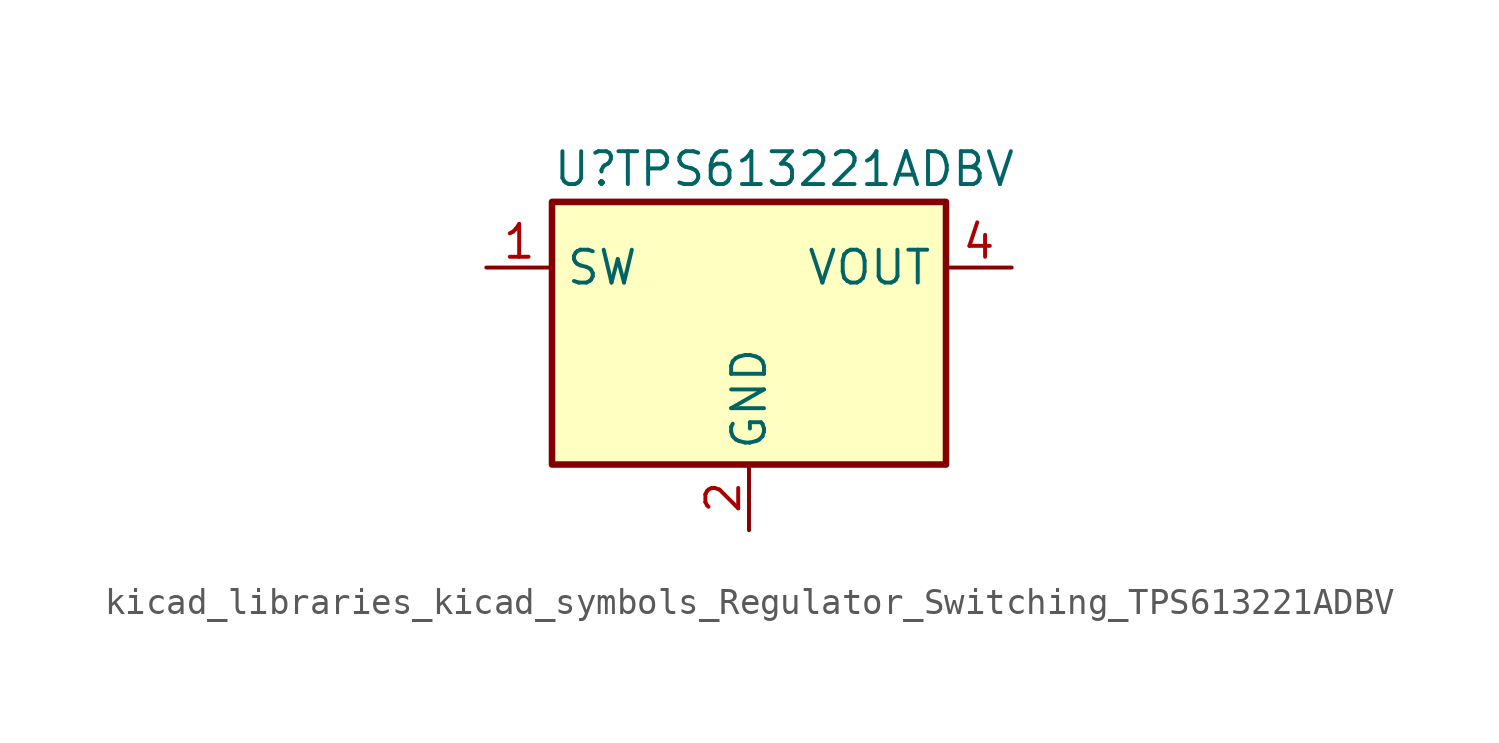
<source format=kicad_sym>
(kicad_symbol_lib
  (version 20220914)
  (generator kicad_symbol_editor)
  (symbol "kicad_libraries_kicad_symbols_Regulator_Switching_TPS613221ADBV"
    (property "Reference" "U"
      (at -7.62 6.35 0)
      (effects (font (size 1.27 1.27)) (justify left)))
    (property "Value" "TPS613221ADBV"
      (at 2.54 6.35 0)
      (effects (font (size 1.27 1.27))))
    (symbol "kicad_libraries_kicad_symbols_Regulator_Switching_TPS613221ADBV_0_1"
      (rectangle (start -7.62 5.08) (end 7.62 -5.08) (stroke (width 0.254) (type default)) (fill (type background))))
    (symbol "kicad_libraries_kicad_symbols_Regulator_Switching_TPS613221ADBV_1_1"
      (pin power_in line (at -10.16 2.54 0) (length 2.54) (name "SW" (effects (font (size 1.27 1.27)))) (number "1" (effects (font (size 1.27 1.27)))))
      (pin power_in line (at 0 -7.62 90) (length 2.54) (name "GND" (effects (font (size 1.27 1.27)))) (number "2" (effects (font (size 1.27 1.27)))))
      (pin no_connect line (at -7.62 -2.54 0) (length 2.54) hide (name "NC" (effects (font (size 1.27 1.27)))) (number "3" (effects (font (size 1.27 1.27)))))
      (pin power_out line (at 10.16 2.54 180) (length 2.54) (name "VOUT" (effects (font (size 1.27 1.27)))) (number "4" (effects (font (size 1.27 1.27)))))
      (pin no_connect line (at 7.62 -2.54 180) (length 2.54) hide (name "NC" (effects (font (size 1.27 1.27)))) (number "5" (effects (font (size 1.27 1.27))))))))
</source>
